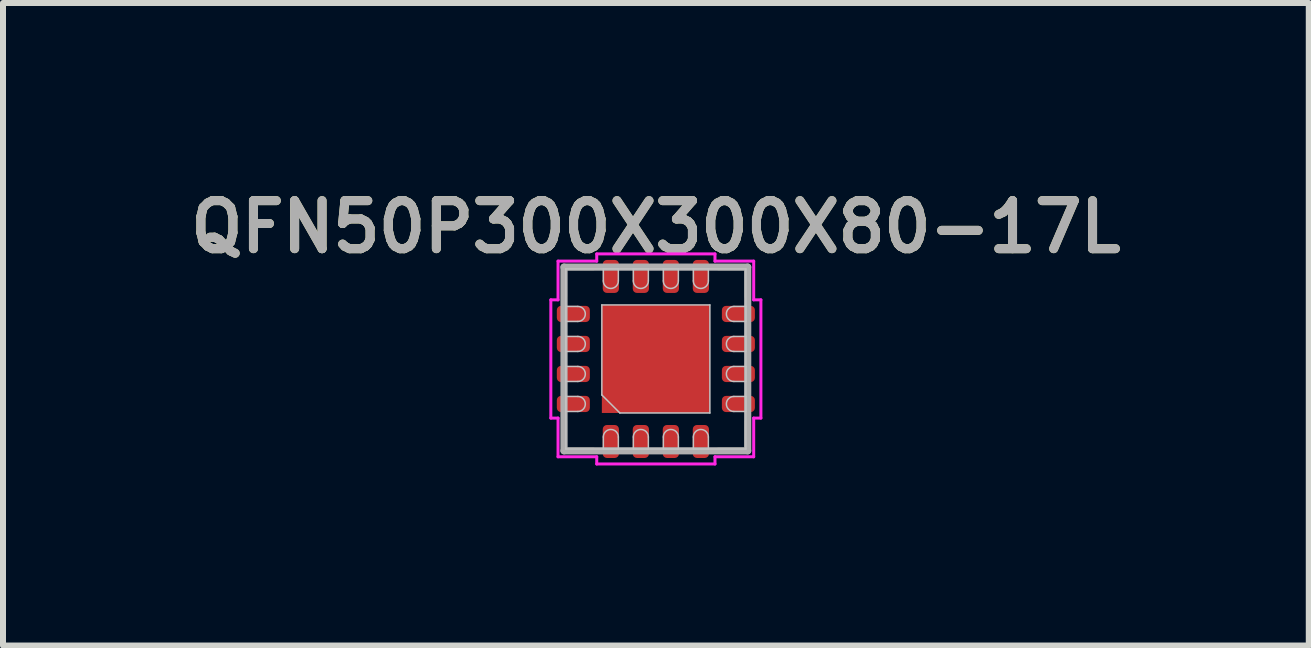
<source format=kicad_pcb>
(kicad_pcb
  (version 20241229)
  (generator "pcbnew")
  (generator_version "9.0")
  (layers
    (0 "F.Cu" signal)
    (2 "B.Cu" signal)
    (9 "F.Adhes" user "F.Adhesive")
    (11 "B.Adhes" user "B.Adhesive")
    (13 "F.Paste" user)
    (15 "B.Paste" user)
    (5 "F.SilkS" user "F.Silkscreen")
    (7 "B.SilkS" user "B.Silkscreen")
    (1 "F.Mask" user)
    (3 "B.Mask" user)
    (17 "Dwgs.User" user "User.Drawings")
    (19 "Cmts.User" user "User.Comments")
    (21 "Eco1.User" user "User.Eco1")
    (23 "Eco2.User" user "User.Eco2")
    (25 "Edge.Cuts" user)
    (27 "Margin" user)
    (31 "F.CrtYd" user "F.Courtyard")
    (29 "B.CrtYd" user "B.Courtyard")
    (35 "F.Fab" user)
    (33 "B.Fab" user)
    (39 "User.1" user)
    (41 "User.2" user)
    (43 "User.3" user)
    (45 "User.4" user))
  (footprint "QFN50P300X300X80-17L"
    (layer "F.Cu")
    (at 7.878 2.931)
    (property "Reference" "QFN50P300X300X80-17L" (at 0 -2.2 0) (layer "F.SilkS") (effects (font (size 0.8 0.8) (thickness 0.15))))
    (attr smd)
    (fp_line (start -1.53 -1.53) (end -1.53 -1.04) (stroke (width 0.1) (type solid)) (layer "F.SilkS"))
    (fp_line (start -1.53 1.53) (end -1.53 1.04) (stroke (width 0.1) (type solid)) (layer "F.SilkS"))
    (fp_line (start -1.04 -1.53) (end -1.53 -1.53) (stroke (width 0.1) (type solid)) (layer "F.SilkS"))
    (fp_line (start -1.04 1.53) (end -1.53 1.53) (stroke (width 0.1) (type solid)) (layer "F.SilkS"))
    (fp_line (start 1.04 -1.53) (end 1.53 -1.53) (stroke (width 0.1) (type solid)) (layer "F.SilkS"))
    (fp_line (start 1.04 1.53) (end 1.53 1.53) (stroke (width 0.1) (type solid)) (layer "F.SilkS"))
    (fp_line (start 1.53 -1.53) (end 1.53 -1.04) (stroke (width 0.1) (type solid)) (layer "F.SilkS"))
    (fp_line (start 1.53 1.53) (end 1.53 1.04) (stroke (width 0.1) (type solid)) (layer "F.SilkS"))
    (fp_line (start -1.5 -1.5) (end 1.5 -1.5) (stroke (width 0.025) (type solid)) (layer "Dwgs.User"))
    (fp_line (start -1.5 -0.875) (end -1.5 -0.625) (stroke (width 0.025) (type solid)) (layer "Dwgs.User"))
    (fp_line (start -1.5 -0.625) (end -1.3 -0.625) (stroke (width 0.025) (type solid)) (layer "Dwgs.User"))
    (fp_line (start -1.5 -0.375) (end -1.5 -0.125) (stroke (width 0.025) (type solid)) (layer "Dwgs.User"))
    (fp_line (start -1.5 -0.125) (end -1.3 -0.125) (stroke (width 0.025) (type solid)) (layer "Dwgs.User"))
    (fp_line (start -1.5 0.125) (end -1.5 0.375) (stroke (width 0.025) (type solid)) (layer "Dwgs.User"))
    (fp_line (start -1.5 0.375) (end -1.3 0.375) (stroke (width 0.025) (type solid)) (layer "Dwgs.User"))
    (fp_line (start -1.5 0.625) (end -1.5 0.875) (stroke (width 0.025) (type solid)) (layer "Dwgs.User"))
    (fp_line (start -1.5 0.875) (end -1.3 0.875) (stroke (width 0.025) (type solid)) (layer "Dwgs.User"))
    (fp_line (start -1.5 1.5) (end -1.5 -1.5) (stroke (width 0.025) (type solid)) (layer "Dwgs.User"))
    (fp_line (start -1.3 -0.875) (end -1.5 -0.875) (stroke (width 0.025) (type solid)) (layer "Dwgs.User"))
    (fp_line (start -1.3 -0.375) (end -1.5 -0.375) (stroke (width 0.025) (type solid)) (layer "Dwgs.User"))
    (fp_line (start -1.3 0.125) (end -1.5 0.125) (stroke (width 0.025) (type solid)) (layer "Dwgs.User"))
    (fp_line (start -1.3 0.625) (end -1.5 0.625) (stroke (width 0.025) (type solid)) (layer "Dwgs.User"))
    (fp_line (start -0.9 -0.9) (end -0.9 0.6) (stroke (width 0.025) (type solid)) (layer "Dwgs.User"))
    (fp_line (start -0.9 0.6) (end -0.6 0.9) (stroke (width 0.025) (type solid)) (layer "Dwgs.User"))
    (fp_line (start -0.875 -1.5) (end -0.875 -1.3) (stroke (width 0.025) (type solid)) (layer "Dwgs.User"))
    (fp_line (start -0.875 1.3) (end -0.875 1.5) (stroke (width 0.025) (type solid)) (layer "Dwgs.User"))
    (fp_line (start -0.875 1.5) (end -0.625 1.5) (stroke (width 0.025) (type solid)) (layer "Dwgs.User"))
    (fp_line (start -0.625 -1.5) (end -0.875 -1.5) (stroke (width 0.025) (type solid)) (layer "Dwgs.User"))
    (fp_line (start -0.625 -1.3) (end -0.625 -1.5) (stroke (width 0.025) (type solid)) (layer "Dwgs.User"))
    (fp_line (start -0.625 1.5) (end -0.625 1.3) (stroke (width 0.025) (type solid)) (layer "Dwgs.User"))
    (fp_line (start -0.6 0.9) (end 0.9 0.9) (stroke (width 0.025) (type solid)) (layer "Dwgs.User"))
    (fp_line (start -0.375 -1.5) (end -0.375 -1.3) (stroke (width 0.025) (type solid)) (layer "Dwgs.User"))
    (fp_line (start -0.375 1.3) (end -0.375 1.5) (stroke (width 0.025) (type solid)) (layer "Dwgs.User"))
    (fp_line (start -0.375 1.5) (end -0.125 1.5) (stroke (width 0.025) (type solid)) (layer "Dwgs.User"))
    (fp_line (start -0.125 -1.5) (end -0.375 -1.5) (stroke (width 0.025) (type solid)) (layer "Dwgs.User"))
    (fp_line (start -0.125 -1.3) (end -0.125 -1.5) (stroke (width 0.025) (type solid)) (layer "Dwgs.User"))
    (fp_line (start -0.125 1.5) (end -0.125 1.3) (stroke (width 0.025) (type solid)) (layer "Dwgs.User"))
    (fp_line (start 0.125 -1.5) (end 0.125 -1.3) (stroke (width 0.025) (type solid)) (layer "Dwgs.User"))
    (fp_line (start 0.125 1.3) (end 0.125 1.5) (stroke (width 0.025) (type solid)) (layer "Dwgs.User"))
    (fp_line (start 0.125 1.5) (end 0.375 1.5) (stroke (width 0.025) (type solid)) (layer "Dwgs.User"))
    (fp_line (start 0.375 -1.5) (end 0.125 -1.5) (stroke (width 0.025) (type solid)) (layer "Dwgs.User"))
    (fp_line (start 0.375 -1.3) (end 0.375 -1.5) (stroke (width 0.025) (type solid)) (layer "Dwgs.User"))
    (fp_line (start 0.375 1.5) (end 0.375 1.3) (stroke (width 0.025) (type solid)) (layer "Dwgs.User"))
    (fp_line (start 0.625 -1.5) (end 0.625 -1.3) (stroke (width 0.025) (type solid)) (layer "Dwgs.User"))
    (fp_line (start 0.625 1.3) (end 0.625 1.5) (stroke (width 0.025) (type solid)) (layer "Dwgs.User"))
    (fp_line (start 0.625 1.5) (end 0.875 1.5) (stroke (width 0.025) (type solid)) (layer "Dwgs.User"))
    (fp_line (start 0.875 -1.5) (end 0.625 -1.5) (stroke (width 0.025) (type solid)) (layer "Dwgs.User"))
    (fp_line (start 0.875 -1.3) (end 0.875 -1.5) (stroke (width 0.025) (type solid)) (layer "Dwgs.User"))
    (fp_line (start 0.875 1.5) (end 0.875 1.3) (stroke (width 0.025) (type solid)) (layer "Dwgs.User"))
    (fp_line (start 0.9 -0.9) (end -0.9 -0.9) (stroke (width 0.025) (type solid)) (layer "Dwgs.User"))
    (fp_line (start 0.9 0.9) (end 0.9 -0.9) (stroke (width 0.025) (type solid)) (layer "Dwgs.User"))
    (fp_line (start 1.3 -0.625) (end 1.5 -0.625) (stroke (width 0.025) (type solid)) (layer "Dwgs.User"))
    (fp_line (start 1.3 -0.125) (end 1.5 -0.125) (stroke (width 0.025) (type solid)) (layer "Dwgs.User"))
    (fp_line (start 1.3 0.375) (end 1.5 0.375) (stroke (width 0.025) (type solid)) (layer "Dwgs.User"))
    (fp_line (start 1.3 0.875) (end 1.5 0.875) (stroke (width 0.025) (type solid)) (layer "Dwgs.User"))
    (fp_line (start 1.5 -1.5) (end 1.5 1.5) (stroke (width 0.025) (type solid)) (layer "Dwgs.User"))
    (fp_line (start 1.5 -0.875) (end 1.3 -0.875) (stroke (width 0.025) (type solid)) (layer "Dwgs.User"))
    (fp_line (start 1.5 -0.625) (end 1.5 -0.875) (stroke (width 0.025) (type solid)) (layer "Dwgs.User"))
    (fp_line (start 1.5 -0.375) (end 1.3 -0.375) (stroke (width 0.025) (type solid)) (layer "Dwgs.User"))
    (fp_line (start 1.5 -0.125) (end 1.5 -0.375) (stroke (width 0.025) (type solid)) (layer "Dwgs.User"))
    (fp_line (start 1.5 0.125) (end 1.3 0.125) (stroke (width 0.025) (type solid)) (layer "Dwgs.User"))
    (fp_line (start 1.5 0.375) (end 1.5 0.125) (stroke (width 0.025) (type solid)) (layer "Dwgs.User"))
    (fp_line (start 1.5 0.625) (end 1.3 0.625) (stroke (width 0.025) (type solid)) (layer "Dwgs.User"))
    (fp_line (start 1.5 0.875) (end 1.5 0.625) (stroke (width 0.025) (type solid)) (layer "Dwgs.User"))
    (fp_line (start 1.5 1.5) (end -1.5 1.5) (stroke (width 0.025) (type solid)) (layer "Dwgs.User"))
    (fp_arc (start -1.3 -0.875) (mid -1.175 -0.75) (end -1.3 -0.625) (stroke (width 0.025) (type solid)) (layer "Dwgs.User"))
    (fp_arc (start -1.3 -0.375) (mid -1.175 -0.25) (end -1.3 -0.125) (stroke (width 0.025) (type solid)) (layer "Dwgs.User"))
    (fp_arc (start -1.3 0.125) (mid -1.175 0.25) (end -1.3 0.375) (stroke (width 0.025) (type solid)) (layer "Dwgs.User"))
    (fp_arc (start -1.3 0.625) (mid -1.175 0.75) (end -1.3 0.875) (stroke (width 0.025) (type solid)) (layer "Dwgs.User"))
    (fp_arc (start -0.875 1.3) (mid -0.75 1.175) (end -0.625 1.3) (stroke (width 0.025) (type solid)) (layer "Dwgs.User"))
    (fp_arc (start -0.625 -1.3) (mid -0.75 -1.175) (end -0.875 -1.3) (stroke (width 0.025) (type solid)) (layer "Dwgs.User"))
    (fp_arc (start -0.375 1.3) (mid -0.25 1.175) (end -0.125 1.3) (stroke (width 0.025) (type solid)) (layer "Dwgs.User"))
    (fp_arc (start -0.125 -1.3) (mid -0.25 -1.175) (end -0.375 -1.3) (stroke (width 0.025) (type solid)) (layer "Dwgs.User"))
    (fp_arc (start 0.125 1.3) (mid 0.25 1.175) (end 0.375 1.3) (stroke (width 0.025) (type solid)) (layer "Dwgs.User"))
    (fp_arc (start 0.375 -1.3) (mid 0.25 -1.175) (end 0.125 -1.3) (stroke (width 0.025) (type solid)) (layer "Dwgs.User"))
    (fp_arc (start 0.625 1.3) (mid 0.75 1.175) (end 0.875 1.3) (stroke (width 0.025) (type solid)) (layer "Dwgs.User"))
    (fp_arc (start 0.875 -1.3) (mid 0.75 -1.175) (end 0.625 -1.3) (stroke (width 0.025) (type solid)) (layer "Dwgs.User"))
    (fp_arc (start 1.3 -0.625) (mid 1.175 -0.75) (end 1.3 -0.875) (stroke (width 0.025) (type solid)) (layer "Dwgs.User"))
    (fp_arc (start 1.3 -0.125) (mid 1.175 -0.25) (end 1.3 -0.375) (stroke (width 0.025) (type solid)) (layer "Dwgs.User"))
    (fp_arc (start 1.3 0.375) (mid 1.175 0.25) (end 1.3 0.125) (stroke (width 0.025) (type solid)) (layer "Dwgs.User"))
    (fp_arc (start 1.3 0.875) (mid 1.175 0.75) (end 1.3 0.625) (stroke (width 0.025) (type solid)) (layer "Dwgs.User"))
    (fp_line (start -1.75 -0.985) (end -1.75 0.985) (stroke (width 0.05) (type solid)) (layer "F.CrtYd"))
    (fp_line (start -1.75 0.985) (end -1.63 0.985) (stroke (width 0.05) (type solid)) (layer "F.CrtYd"))
    (fp_line (start -1.63 -1.63) (end -1.63 -0.985) (stroke (width 0.05) (type solid)) (layer "F.CrtYd"))
    (fp_line (start -1.63 -0.985) (end -1.75 -0.985) (stroke (width 0.05) (type solid)) (layer "F.CrtYd"))
    (fp_line (start -1.63 0.985) (end -1.63 1.63) (stroke (width 0.05) (type solid)) (layer "F.CrtYd"))
    (fp_line (start -1.63 1.63) (end -0.985 1.63) (stroke (width 0.05) (type solid)) (layer "F.CrtYd"))
    (fp_line (start -0.985 -1.75) (end -0.985 -1.63) (stroke (width 0.05) (type solid)) (layer "F.CrtYd"))
    (fp_line (start -0.985 -1.63) (end -1.63 -1.63) (stroke (width 0.05) (type solid)) (layer "F.CrtYd"))
    (fp_line (start -0.985 1.63) (end -0.985 1.75) (stroke (width 0.05) (type solid)) (layer "F.CrtYd"))
    (fp_line (start -0.985 1.75) (end 0.985 1.75) (stroke (width 0.05) (type solid)) (layer "F.CrtYd"))
    (fp_line (start 0.985 -1.75) (end -0.985 -1.75) (stroke (width 0.05) (type solid)) (layer "F.CrtYd"))
    (fp_line (start 0.985 -1.63) (end 0.985 -1.75) (stroke (width 0.05) (type solid)) (layer "F.CrtYd"))
    (fp_line (start 0.985 1.63) (end 1.63 1.63) (stroke (width 0.05) (type solid)) (layer "F.CrtYd"))
    (fp_line (start 0.985 1.75) (end 0.985 1.63) (stroke (width 0.05) (type solid)) (layer "F.CrtYd"))
    (fp_line (start 1.63 -1.63) (end 0.985 -1.63) (stroke (width 0.05) (type solid)) (layer "F.CrtYd"))
    (fp_line (start 1.63 -0.985) (end 1.63 -1.63) (stroke (width 0.05) (type solid)) (layer "F.CrtYd"))
    (fp_line (start 1.63 0.985) (end 1.75 0.985) (stroke (width 0.05) (type solid)) (layer "F.CrtYd"))
    (fp_line (start 1.63 1.63) (end 1.63 0.985) (stroke (width 0.05) (type solid)) (layer "F.CrtYd"))
    (fp_line (start 1.75 -0.985) (end 1.63 -0.985) (stroke (width 0.05) (type solid)) (layer "F.CrtYd"))
    (fp_line (start 1.75 0.985) (end 1.75 -0.985) (stroke (width 0.05) (type solid)) (layer "F.CrtYd"))
    (fp_line (start -1.53 -1.53) (end 1.53 -1.53) (stroke (width 0.12) (type solid)) (layer "F.Fab"))
    (fp_line (start -1.53 1.53) (end -1.53 -1.53) (stroke (width 0.12) (type solid)) (layer "F.Fab"))
    (fp_line (start 1.53 -1.53) (end 1.53 1.53) (stroke (width 0.12) (type solid)) (layer "F.Fab"))
    (fp_line (start 1.53 1.53) (end -1.53 1.53) (stroke (width 0.12) (type solid)) (layer "F.Fab"))
    (fp_text user "${REFERENCE}" (at 0 -2.2 0) (layer "F.Fab") (effects (font (size 0.8 0.8) (thickness 0.15))))
    (pad "" smd rect (at -0.45 -0.45 90) (size 0.64 0.64) (layers "F.Paste"))
    (pad "" smd rect (at -0.44 0.44 90) (size 0.62 0.62) (layers "F.Paste"))
    (pad "" smd rect (at 0.45 -0.45 90) (size 0.64 0.64) (layers "F.Paste"))
    (pad "" smd rect (at 0.45 0.45 90) (size 0.64 0.64) (layers "F.Paste"))
    (pad "1" smd roundrect (at -0.75 1.375 90) (size 0.55 0.27) (layers "F.Cu" "F.Mask" "F.Paste") (roundrect_rratio 0.259))
    (pad "2" smd roundrect (at -0.25 1.375 90) (size 0.55 0.27) (layers "F.Cu" "F.Mask" "F.Paste") (roundrect_rratio 0.259))
    (pad "3" smd roundrect (at 0.25 1.375 90) (size 0.55 0.27) (layers "F.Cu" "F.Mask" "F.Paste") (roundrect_rratio 0.259))
    (pad "4" smd roundrect (at 0.75 1.375 90) (size 0.55 0.27) (layers "F.Cu" "F.Mask" "F.Paste") (roundrect_rratio 0.259))
    (pad "5" smd roundrect (at 1.375 0.75) (size 0.55 0.27) (layers "F.Cu" "F.Mask" "F.Paste") (roundrect_rratio 0.259))
    (pad "6" smd roundrect (at 1.375 0.25) (size 0.55 0.27) (layers "F.Cu" "F.Mask" "F.Paste") (roundrect_rratio 0.259))
    (pad "7" smd roundrect (at 1.375 -0.25) (size 0.55 0.27) (layers "F.Cu" "F.Mask" "F.Paste") (roundrect_rratio 0.259))
    (pad "8" smd roundrect (at 1.375 -0.75) (size 0.55 0.27) (layers "F.Cu" "F.Mask" "F.Paste") (roundrect_rratio 0.259))
    (pad "9" smd roundrect (at 0.75 -1.375 90) (size 0.55 0.27) (layers "F.Cu" "F.Mask" "F.Paste") (roundrect_rratio 0.259))
    (pad "10" smd roundrect (at 0.25 -1.375 90) (size 0.55 0.27) (layers "F.Cu" "F.Mask" "F.Paste") (roundrect_rratio 0.259))
    (pad "11" smd roundrect (at -0.25 -1.375 90) (size 0.55 0.27) (layers "F.Cu" "F.Mask" "F.Paste") (roundrect_rratio 0.259))
    (pad "12" smd roundrect (at -0.75 -1.375 90) (size 0.55 0.27) (layers "F.Cu" "F.Mask" "F.Paste") (roundrect_rratio 0.259))
    (pad "13" smd roundrect (at -1.375 -0.75) (size 0.55 0.27) (layers "F.Cu" "F.Mask" "F.Paste") (roundrect_rratio 0.259))
    (pad "14" smd roundrect (at -1.375 -0.25) (size 0.55 0.27) (layers "F.Cu" "F.Mask" "F.Paste") (roundrect_rratio 0.259))
    (pad "15" smd roundrect (at -1.375 0.25) (size 0.55 0.27) (layers "F.Cu" "F.Mask" "F.Paste") (roundrect_rratio 0.259))
    (pad "16" smd roundrect (at -1.375 0.75) (size 0.55 0.27) (layers "F.Cu" "F.Mask" "F.Paste") (roundrect_rratio 0.259))
    (pad "17" smd rect (at 0 0) (size 1.8 1.8) (layers "F.Cu" "F.Mask")))
  (gr_rect
    (start -3 -3)
    (end 18.757 7.706)
    (stroke (width 0.1) (type default))
    (fill no)
    (layer "Edge.Cuts")))
</source>
